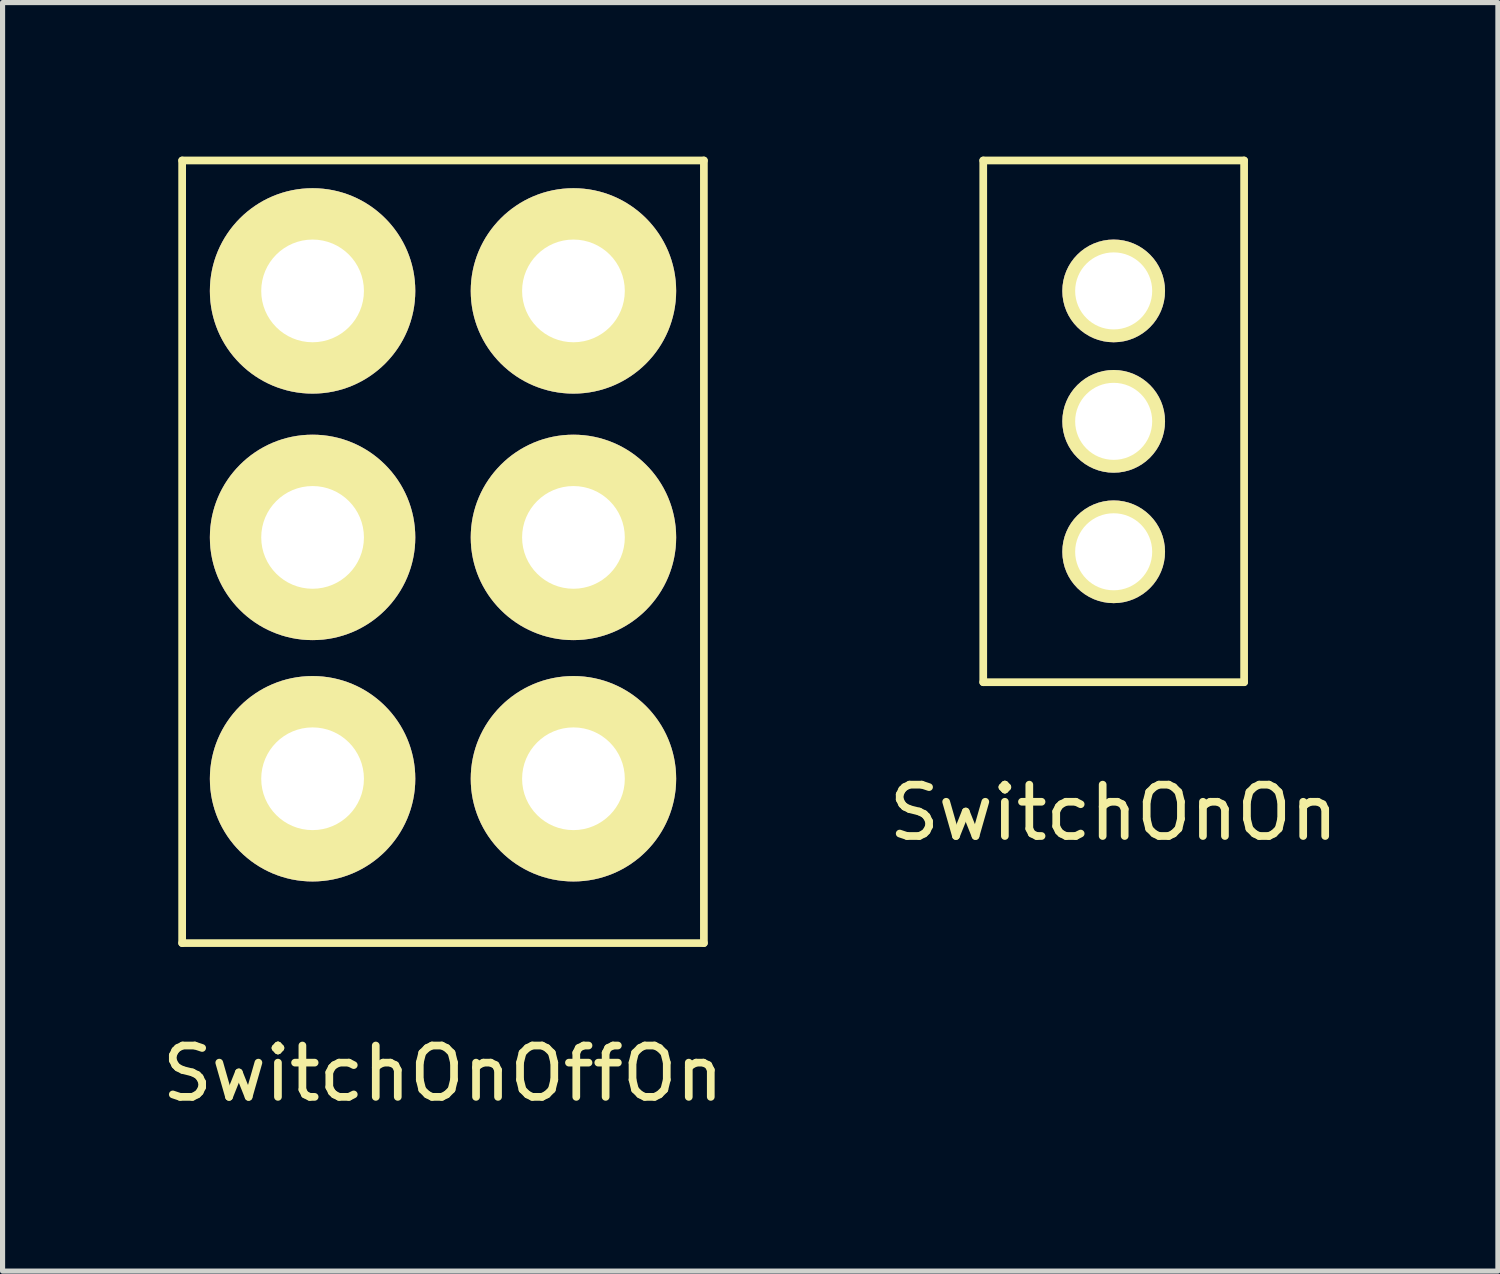
<source format=kicad_pcb>
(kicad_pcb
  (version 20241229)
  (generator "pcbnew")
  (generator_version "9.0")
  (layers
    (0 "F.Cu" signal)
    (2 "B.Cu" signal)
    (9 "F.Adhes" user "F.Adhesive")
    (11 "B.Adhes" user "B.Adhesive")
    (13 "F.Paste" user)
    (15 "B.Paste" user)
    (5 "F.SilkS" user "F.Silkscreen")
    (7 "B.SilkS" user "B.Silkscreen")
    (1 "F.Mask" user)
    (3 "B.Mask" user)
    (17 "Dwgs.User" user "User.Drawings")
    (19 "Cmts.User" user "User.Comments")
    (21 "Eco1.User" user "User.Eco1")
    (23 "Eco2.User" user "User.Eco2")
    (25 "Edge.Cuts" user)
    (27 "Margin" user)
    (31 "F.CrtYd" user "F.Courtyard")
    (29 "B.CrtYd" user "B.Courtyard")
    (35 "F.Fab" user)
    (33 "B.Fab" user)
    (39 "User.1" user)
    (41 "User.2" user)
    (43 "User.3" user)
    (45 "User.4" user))
  (footprint "SwitchOnOffOn"
    (layer "F.Cu")
    (at 3.037 2.615)
    (property "Reference" "SwitchOnOffOn" (at 2.54 15.24 0) (layer "F.SilkS") (effects (font (size 1 1) (thickness 0.15))))
    (attr through_hole)
    (fp_line (start -2.54 -2.54) (end 7.62 -2.54) (stroke (width 0.15) (type solid)) (layer "F.SilkS"))
    (fp_line (start -2.54 12.7) (end -2.54 -2.54) (stroke (width 0.15) (type solid)) (layer "F.SilkS"))
    (fp_line (start 7.62 -2.54) (end 7.62 12.7) (stroke (width 0.15) (type solid)) (layer "F.SilkS"))
    (fp_line (start 7.62 12.7) (end -2.54 12.7) (stroke (width 0.15) (type solid)) (layer "F.SilkS"))
    (pad "1" thru_hole circle (at 0 0) (size 4 4) (drill 2) (layers "*.Cu" "*.Mask" "F.SilkS"))
    (pad "2" thru_hole circle (at 5.08 0) (size 4 4) (drill 2) (layers "*.Cu" "*.Mask" "F.SilkS"))
    (pad "3" thru_hole circle (at 0 4.8) (size 4 4) (drill 2) (layers "*.Cu" "*.Mask" "F.SilkS"))
    (pad "4" thru_hole circle (at 0 9.5) (size 4 4) (drill 2) (layers "*.Cu" "*.Mask" "F.SilkS"))
    (pad "5" thru_hole circle (at 5.08 4.8) (size 4 4) (drill 2) (layers "*.Cu" "*.Mask" "F.SilkS"))
    (pad "6" thru_hole circle (at 5.08 9.5) (size 4 4) (drill 2) (layers "*.Cu" "*.Mask" "F.SilkS")))
  (footprint "SwitchOnOn"
    (layer "F.Cu")
    (at 18.637 2.615)
    (property "Reference" "SwitchOnOn" (at 0 10.16 0) (layer "F.SilkS") (effects (font (size 1 1) (thickness 0.15))))
    (attr through_hole)
    (fp_line (start -2.54 -2.54) (end 2.54 -2.54) (stroke (width 0.15) (type solid)) (layer "F.SilkS"))
    (fp_line (start -2.54 7.62) (end -2.54 -2.54) (stroke (width 0.15) (type solid)) (layer "F.SilkS"))
    (fp_line (start 2.54 -2.54) (end 2.54 7.62) (stroke (width 0.15) (type solid)) (layer "F.SilkS"))
    (fp_line (start 2.54 7.62) (end -2.54 7.62) (stroke (width 0.15) (type solid)) (layer "F.SilkS"))
    (pad "1" thru_hole circle (at 0 0) (size 2 2) (drill 1.5) (layers "*.Cu" "*.Mask" "F.SilkS"))
    (pad "2" thru_hole circle (at 0 2.54) (size 2 2) (drill 1.5) (layers "*.Cu" "*.Mask" "F.SilkS"))
    (pad "3" thru_hole circle (at 0 5.08) (size 2 2) (drill 1.5) (layers "*.Cu" "*.Mask" "F.SilkS")))
  (gr_rect
    (start -3 -3)
    (end 26.119 21.703)
    (stroke (width 0.1) (type default))
    (fill no)
    (layer "Edge.Cuts")))
</source>
